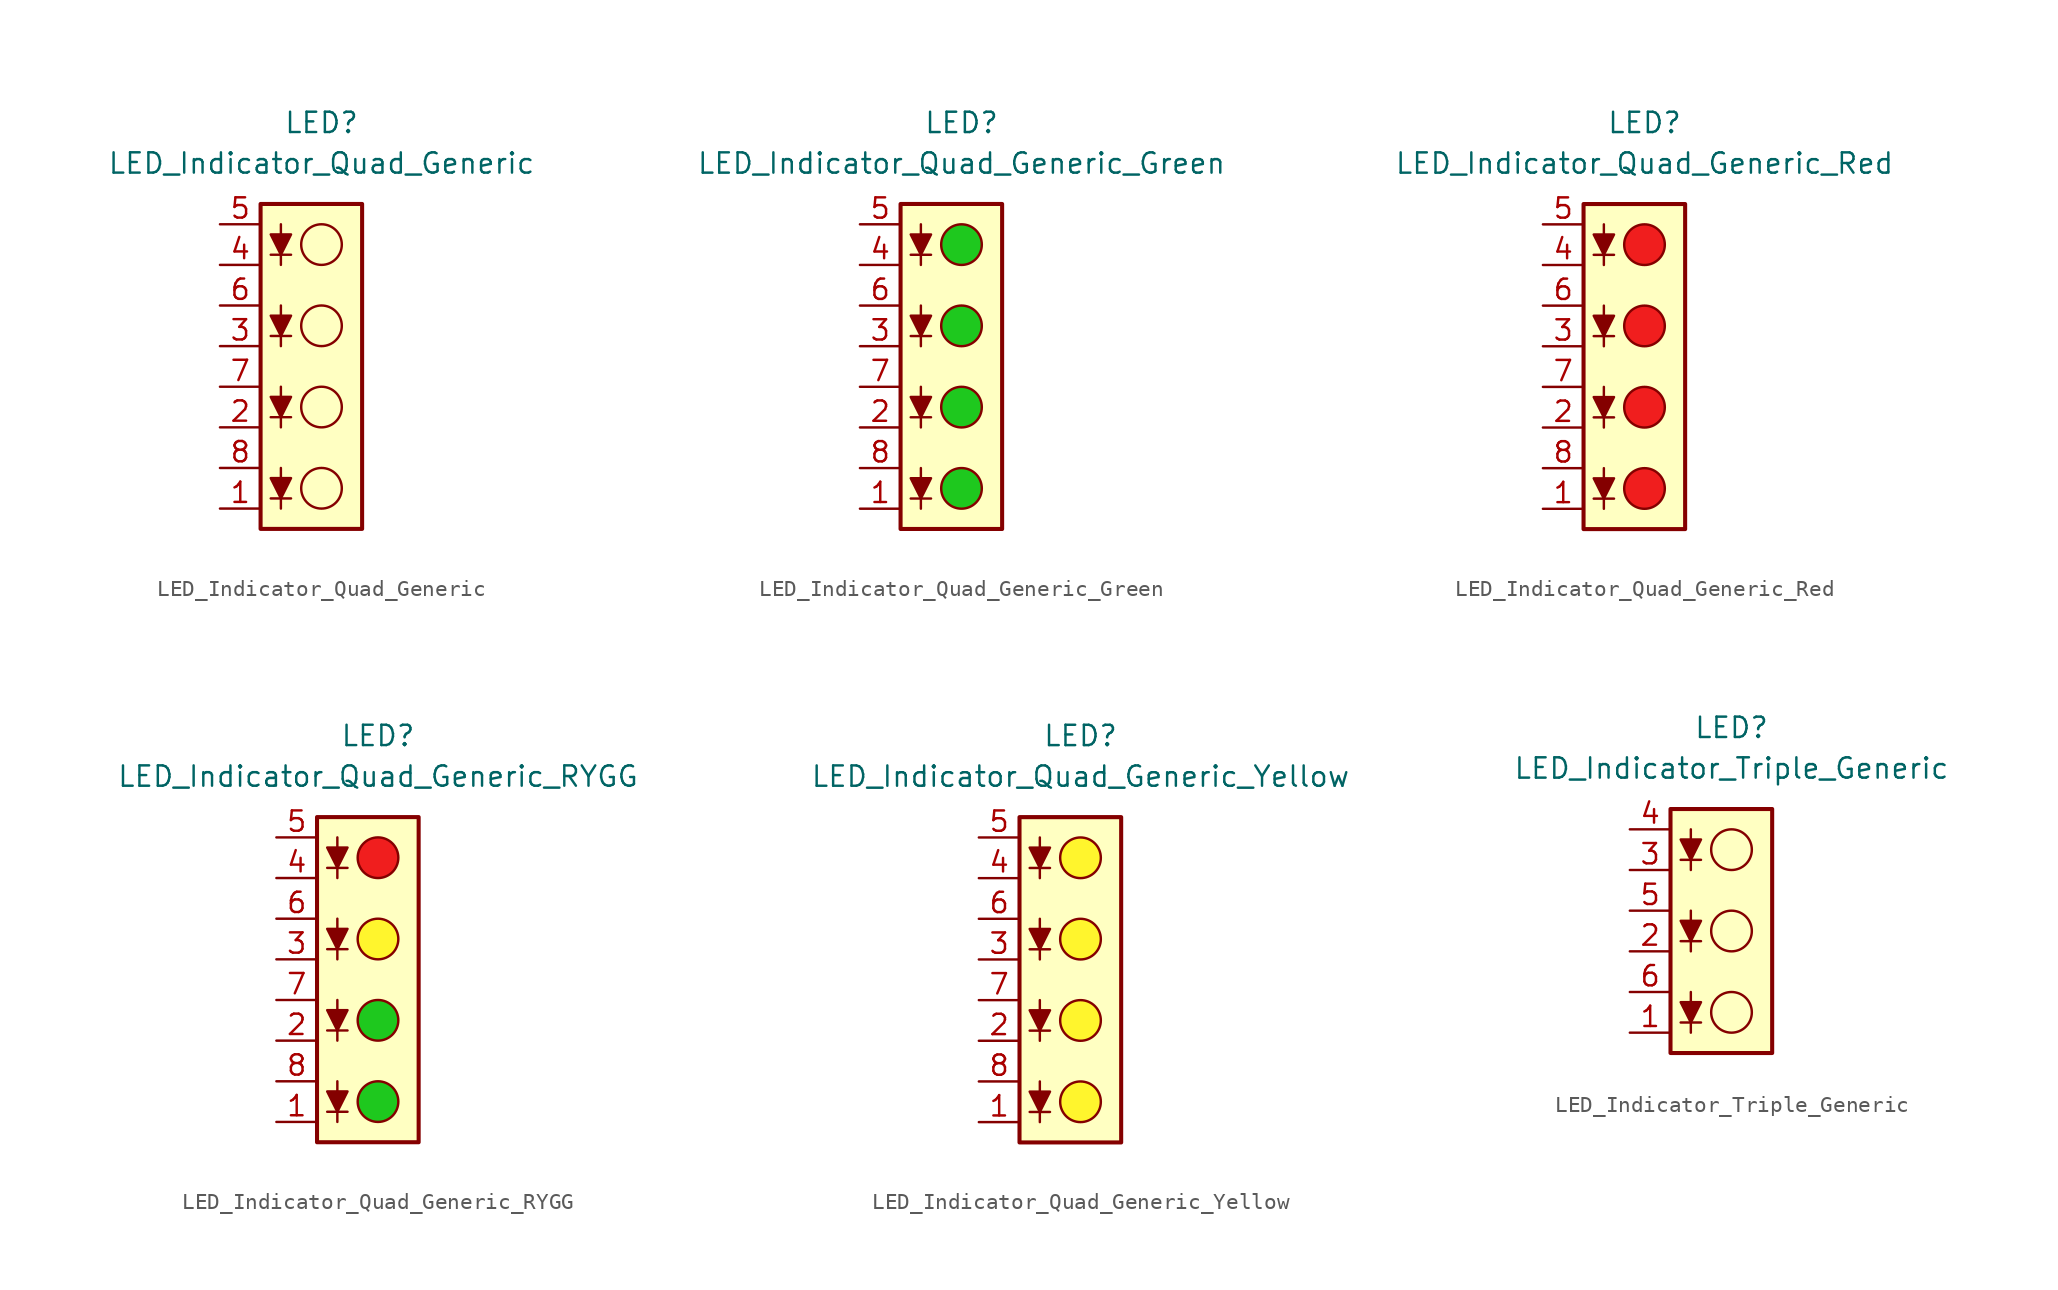
<source format=kicad_sym>
(kicad_symbol_lib
  (version 20231120)
  (generator "kicad_symbol_editor")
  (generator_version "8.0")
  (symbol "LED_Indicator_Quad_Generic"
    (pin_names
      (offset 1.016) hide)
    (property "Reference" "LED"
      (at 0 15.24 0)
      (effects (font (size 1.27 1.27))))
    (property "Value" "LED_Indicator_Quad_Generic"
      (at 0 12.7 0)
      (effects (font (size 1.27 1.27))))
    (symbol "LED_Indicator_Quad_Generic_0_1"
      (rectangle (start -3.81 10.16) (end 2.54 -10.16) (stroke (width 0.254) (type default)) (fill (type background)))
      (circle (center 0 -7.62) (radius 1.27) (stroke (width 0) (type default)) (fill (type none)))
      (circle (center 0 -2.54) (radius 1.27) (stroke (width 0) (type default)) (fill (type none)))
      (polyline (pts (xy -3.175 -8.255) (xy -1.905 -8.255)) (stroke (width 0) (type default)) (fill (type none)))
      (polyline (pts (xy -3.175 -3.175) (xy -1.905 -3.175)) (stroke (width 0) (type default)) (fill (type none)))
      (polyline (pts (xy -3.175 1.905) (xy -1.905 1.905)) (stroke (width 0) (type default)) (fill (type none)))
      (polyline (pts (xy -3.175 6.985) (xy -1.905 6.985)) (stroke (width 0) (type default)) (fill (type none)))
      (polyline (pts (xy -2.54 -6.35) (xy -2.54 -8.89)) (stroke (width 0) (type default)) (fill (type none)))
      (polyline (pts (xy -2.54 -1.27) (xy -2.54 -3.81)) (stroke (width 0) (type default)) (fill (type none)))
      (polyline (pts (xy -2.54 3.81) (xy -2.54 1.27)) (stroke (width 0) (type default)) (fill (type none)))
      (polyline (pts (xy -2.54 8.89) (xy -2.54 6.35)) (stroke (width 0) (type default)) (fill (type none)))
      (polyline (pts (xy -2.54 -8.255) (xy -3.175 -6.985) (xy -1.905 -6.985) (xy -2.54 -8.255)) (stroke (width 0) (type default)) (fill (type outline)))
      (polyline (pts (xy -2.54 -3.175) (xy -3.175 -1.905) (xy -1.905 -1.905) (xy -2.54 -3.175)) (stroke (width 0) (type default)) (fill (type outline)))
      (polyline (pts (xy -2.54 1.905) (xy -3.175 3.175) (xy -1.905 3.175) (xy -2.54 1.905)) (stroke (width 0) (type default)) (fill (type outline)))
      (polyline (pts (xy -2.54 6.985) (xy -3.175 8.255) (xy -1.905 8.255) (xy -2.54 6.985)) (stroke (width 0) (type default)) (fill (type outline)))
      (circle (center 0 2.54) (radius 1.27) (stroke (width 0) (type default)) (fill (type none)))
      (circle (center 0 7.62) (radius 1.27) (stroke (width 0) (type default)) (fill (type none))))
    (symbol "LED_Indicator_Quad_Generic_1_1"
      (pin passive line (at -6.35 -8.89 0) (length 2.54) (name "K1" (effects (font (size 1.27 1.27)))) (number "1" (effects (font (size 1.27 1.27)))))
      (pin passive line (at -6.35 -3.81 0) (length 2.54) (name "K2" (effects (font (size 1.27 1.27)))) (number "2" (effects (font (size 1.27 1.27)))))
      (pin passive line (at -6.35 1.27 0) (length 2.54) (name "K3" (effects (font (size 1.27 1.27)))) (number "3" (effects (font (size 1.27 1.27)))))
      (pin passive line (at -6.35 6.35 0) (length 2.54) (name "K4" (effects (font (size 1.27 1.27)))) (number "4" (effects (font (size 1.27 1.27)))))
      (pin passive line (at -6.35 8.89 0) (length 2.54) (name "A4" (effects (font (size 1.27 1.27)))) (number "5" (effects (font (size 1.27 1.27)))))
      (pin passive line (at -6.35 3.81 0) (length 2.54) (name "A3" (effects (font (size 1.27 1.27)))) (number "6" (effects (font (size 1.27 1.27)))))
      (pin passive line (at -6.35 -1.27 0) (length 2.54) (name "A2" (effects (font (size 1.27 1.27)))) (number "7" (effects (font (size 1.27 1.27)))))
      (pin passive line (at -6.35 -6.35 0) (length 2.54) (name "A1" (effects (font (size 1.27 1.27)))) (number "8" (effects (font (size 1.27 1.27)))))))
  (symbol "LED_Indicator_Quad_Generic_Green"
    (pin_names
      (offset 1.016) hide)
    (property "Reference" "LED"
      (at 0 15.24 0)
      (effects (font (size 1.27 1.27))))
    (property "Value" "LED_Indicator_Quad_Generic_Green"
      (at 0 12.7 0)
      (effects (font (size 1.27 1.27))))
    (symbol "LED_Indicator_Quad_Generic_Green_0_1"
      (rectangle (start -3.81 10.16) (end 2.54 -10.16) (stroke (width 0.254) (type default)) (fill (type background)))
      (circle (center 0 -7.62) (radius 1.27) (stroke (width 0) (type default)) (fill (type color) (color 30 200 30 1)))
      (circle (center 0 -2.54) (radius 1.27) (stroke (width 0) (type default)) (fill (type color) (color 30 200 30 1)))
      (polyline (pts (xy -3.175 -8.255) (xy -1.905 -8.255)) (stroke (width 0) (type default)) (fill (type none)))
      (polyline (pts (xy -3.175 -3.175) (xy -1.905 -3.175)) (stroke (width 0) (type default)) (fill (type none)))
      (polyline (pts (xy -3.175 1.905) (xy -1.905 1.905)) (stroke (width 0) (type default)) (fill (type none)))
      (polyline (pts (xy -3.175 6.985) (xy -1.905 6.985)) (stroke (width 0) (type default)) (fill (type none)))
      (polyline (pts (xy -2.54 -6.35) (xy -2.54 -8.89)) (stroke (width 0) (type default)) (fill (type none)))
      (polyline (pts (xy -2.54 -1.27) (xy -2.54 -3.81)) (stroke (width 0) (type default)) (fill (type none)))
      (polyline (pts (xy -2.54 3.81) (xy -2.54 1.27)) (stroke (width 0) (type default)) (fill (type none)))
      (polyline (pts (xy -2.54 8.89) (xy -2.54 6.35)) (stroke (width 0) (type default)) (fill (type none)))
      (polyline (pts (xy -2.54 -8.255) (xy -3.175 -6.985) (xy -1.905 -6.985) (xy -2.54 -8.255)) (stroke (width 0) (type default)) (fill (type outline)))
      (polyline (pts (xy -2.54 -3.175) (xy -3.175 -1.905) (xy -1.905 -1.905) (xy -2.54 -3.175)) (stroke (width 0) (type default)) (fill (type outline)))
      (polyline (pts (xy -2.54 1.905) (xy -3.175 3.175) (xy -1.905 3.175) (xy -2.54 1.905)) (stroke (width 0) (type default)) (fill (type outline)))
      (polyline (pts (xy -2.54 6.985) (xy -3.175 8.255) (xy -1.905 8.255) (xy -2.54 6.985)) (stroke (width 0) (type default)) (fill (type outline)))
      (circle (center 0 2.54) (radius 1.27) (stroke (width 0) (type default)) (fill (type color) (color 30 200 30 1)))
      (circle (center 0 7.62) (radius 1.27) (stroke (width 0) (type default)) (fill (type color) (color 30 200 30 1))))
    (symbol "LED_Indicator_Quad_Generic_Green_1_1"
      (pin passive line (at -6.35 -8.89 0) (length 2.54) (name "K1" (effects (font (size 1.27 1.27)))) (number "1" (effects (font (size 1.27 1.27)))))
      (pin passive line (at -6.35 -3.81 0) (length 2.54) (name "K2" (effects (font (size 1.27 1.27)))) (number "2" (effects (font (size 1.27 1.27)))))
      (pin passive line (at -6.35 1.27 0) (length 2.54) (name "K3" (effects (font (size 1.27 1.27)))) (number "3" (effects (font (size 1.27 1.27)))))
      (pin passive line (at -6.35 6.35 0) (length 2.54) (name "K4" (effects (font (size 1.27 1.27)))) (number "4" (effects (font (size 1.27 1.27)))))
      (pin passive line (at -6.35 8.89 0) (length 2.54) (name "A4" (effects (font (size 1.27 1.27)))) (number "5" (effects (font (size 1.27 1.27)))))
      (pin passive line (at -6.35 3.81 0) (length 2.54) (name "A3" (effects (font (size 1.27 1.27)))) (number "6" (effects (font (size 1.27 1.27)))))
      (pin passive line (at -6.35 -1.27 0) (length 2.54) (name "A2" (effects (font (size 1.27 1.27)))) (number "7" (effects (font (size 1.27 1.27)))))
      (pin passive line (at -6.35 -6.35 0) (length 2.54) (name "A1" (effects (font (size 1.27 1.27)))) (number "8" (effects (font (size 1.27 1.27)))))))
  (symbol "LED_Indicator_Quad_Generic_Red"
    (pin_names
      (offset 1.016) hide)
    (property "Reference" "LED"
      (at 0 15.24 0)
      (effects (font (size 1.27 1.27))))
    (property "Value" "LED_Indicator_Quad_Generic_Red"
      (at 0 12.7 0)
      (effects (font (size 1.27 1.27))))
    (symbol "LED_Indicator_Quad_Generic_Red_0_1"
      (rectangle (start -3.81 10.16) (end 2.54 -10.16) (stroke (width 0.254) (type default)) (fill (type background)))
      (circle (center 0 -7.62) (radius 1.27) (stroke (width 0) (type default)) (fill (type color) (color 240 30 30 1)))
      (circle (center 0 -2.54) (radius 1.27) (stroke (width 0) (type default)) (fill (type color) (color 240 30 30 1)))
      (polyline (pts (xy -3.175 -8.255) (xy -1.905 -8.255)) (stroke (width 0) (type default)) (fill (type none)))
      (polyline (pts (xy -3.175 -3.175) (xy -1.905 -3.175)) (stroke (width 0) (type default)) (fill (type none)))
      (polyline (pts (xy -3.175 1.905) (xy -1.905 1.905)) (stroke (width 0) (type default)) (fill (type none)))
      (polyline (pts (xy -3.175 6.985) (xy -1.905 6.985)) (stroke (width 0) (type default)) (fill (type none)))
      (polyline (pts (xy -2.54 -6.35) (xy -2.54 -8.89)) (stroke (width 0) (type default)) (fill (type none)))
      (polyline (pts (xy -2.54 -1.27) (xy -2.54 -3.81)) (stroke (width 0) (type default)) (fill (type none)))
      (polyline (pts (xy -2.54 3.81) (xy -2.54 1.27)) (stroke (width 0) (type default)) (fill (type none)))
      (polyline (pts (xy -2.54 8.89) (xy -2.54 6.35)) (stroke (width 0) (type default)) (fill (type none)))
      (polyline (pts (xy -2.54 -8.255) (xy -3.175 -6.985) (xy -1.905 -6.985) (xy -2.54 -8.255)) (stroke (width 0) (type default)) (fill (type outline)))
      (polyline (pts (xy -2.54 -3.175) (xy -3.175 -1.905) (xy -1.905 -1.905) (xy -2.54 -3.175)) (stroke (width 0) (type default)) (fill (type outline)))
      (polyline (pts (xy -2.54 1.905) (xy -3.175 3.175) (xy -1.905 3.175) (xy -2.54 1.905)) (stroke (width 0) (type default)) (fill (type outline)))
      (polyline (pts (xy -2.54 6.985) (xy -3.175 8.255) (xy -1.905 8.255) (xy -2.54 6.985)) (stroke (width 0) (type default)) (fill (type outline)))
      (circle (center 0 2.54) (radius 1.27) (stroke (width 0) (type default)) (fill (type color) (color 240 30 30 1)))
      (circle (center 0 7.62) (radius 1.27) (stroke (width 0) (type default)) (fill (type color) (color 240 30 30 1))))
    (symbol "LED_Indicator_Quad_Generic_Red_1_1"
      (pin passive line (at -6.35 -8.89 0) (length 2.54) (name "K1" (effects (font (size 1.27 1.27)))) (number "1" (effects (font (size 1.27 1.27)))))
      (pin passive line (at -6.35 -3.81 0) (length 2.54) (name "K2" (effects (font (size 1.27 1.27)))) (number "2" (effects (font (size 1.27 1.27)))))
      (pin passive line (at -6.35 1.27 0) (length 2.54) (name "K3" (effects (font (size 1.27 1.27)))) (number "3" (effects (font (size 1.27 1.27)))))
      (pin passive line (at -6.35 6.35 0) (length 2.54) (name "K4" (effects (font (size 1.27 1.27)))) (number "4" (effects (font (size 1.27 1.27)))))
      (pin passive line (at -6.35 8.89 0) (length 2.54) (name "A4" (effects (font (size 1.27 1.27)))) (number "5" (effects (font (size 1.27 1.27)))))
      (pin passive line (at -6.35 3.81 0) (length 2.54) (name "A3" (effects (font (size 1.27 1.27)))) (number "6" (effects (font (size 1.27 1.27)))))
      (pin passive line (at -6.35 -1.27 0) (length 2.54) (name "A2" (effects (font (size 1.27 1.27)))) (number "7" (effects (font (size 1.27 1.27)))))
      (pin passive line (at -6.35 -6.35 0) (length 2.54) (name "A1" (effects (font (size 1.27 1.27)))) (number "8" (effects (font (size 1.27 1.27)))))))
  (symbol "LED_Indicator_Quad_Generic_RYGG"
    (pin_names
      (offset 1.016) hide)
    (property "Reference" "LED"
      (at 0 15.24 0)
      (effects (font (size 1.27 1.27))))
    (property "Value" "LED_Indicator_Quad_Generic_RYGG"
      (at 0 12.7 0)
      (effects (font (size 1.27 1.27))))
    (symbol "LED_Indicator_Quad_Generic_RYGG_0_1"
      (rectangle (start -3.81 10.16) (end 2.54 -10.16) (stroke (width 0.254) (type default)) (fill (type background)))
      (circle (center 0 -7.62) (radius 1.27) (stroke (width 0) (type default)) (fill (type color) (color 30 200 30 1)))
      (circle (center 0 -2.54) (radius 1.27) (stroke (width 0) (type default)) (fill (type color) (color 30 200 30 1)))
      (polyline (pts (xy -3.175 -8.255) (xy -1.905 -8.255)) (stroke (width 0) (type default)) (fill (type none)))
      (polyline (pts (xy -3.175 -3.175) (xy -1.905 -3.175)) (stroke (width 0) (type default)) (fill (type none)))
      (polyline (pts (xy -3.175 1.905) (xy -1.905 1.905)) (stroke (width 0) (type default)) (fill (type none)))
      (polyline (pts (xy -3.175 6.985) (xy -1.905 6.985)) (stroke (width 0) (type default)) (fill (type none)))
      (polyline (pts (xy -2.54 -6.35) (xy -2.54 -8.89)) (stroke (width 0) (type default)) (fill (type none)))
      (polyline (pts (xy -2.54 -1.27) (xy -2.54 -3.81)) (stroke (width 0) (type default)) (fill (type none)))
      (polyline (pts (xy -2.54 3.81) (xy -2.54 1.27)) (stroke (width 0) (type default)) (fill (type none)))
      (polyline (pts (xy -2.54 8.89) (xy -2.54 6.35)) (stroke (width 0) (type default)) (fill (type none)))
      (polyline (pts (xy -2.54 -8.255) (xy -3.175 -6.985) (xy -1.905 -6.985) (xy -2.54 -8.255)) (stroke (width 0) (type default)) (fill (type outline)))
      (polyline (pts (xy -2.54 -3.175) (xy -3.175 -1.905) (xy -1.905 -1.905) (xy -2.54 -3.175)) (stroke (width 0) (type default)) (fill (type outline)))
      (polyline (pts (xy -2.54 1.905) (xy -3.175 3.175) (xy -1.905 3.175) (xy -2.54 1.905)) (stroke (width 0) (type default)) (fill (type outline)))
      (polyline (pts (xy -2.54 6.985) (xy -3.175 8.255) (xy -1.905 8.255) (xy -2.54 6.985)) (stroke (width 0) (type default)) (fill (type outline)))
      (circle (center 0 2.54) (radius 1.27) (stroke (width 0) (type default)) (fill (type color) (color 255 245 45 1)))
      (circle (center 0 7.62) (radius 1.27) (stroke (width 0) (type default)) (fill (type color) (color 240 30 30 1))))
    (symbol "LED_Indicator_Quad_Generic_RYGG_1_1"
      (pin passive line (at -6.35 -8.89 0) (length 2.54) (name "K1" (effects (font (size 1.27 1.27)))) (number "1" (effects (font (size 1.27 1.27)))))
      (pin passive line (at -6.35 -3.81 0) (length 2.54) (name "K2" (effects (font (size 1.27 1.27)))) (number "2" (effects (font (size 1.27 1.27)))))
      (pin passive line (at -6.35 1.27 0) (length 2.54) (name "K3" (effects (font (size 1.27 1.27)))) (number "3" (effects (font (size 1.27 1.27)))))
      (pin passive line (at -6.35 6.35 0) (length 2.54) (name "K4" (effects (font (size 1.27 1.27)))) (number "4" (effects (font (size 1.27 1.27)))))
      (pin passive line (at -6.35 8.89 0) (length 2.54) (name "A4" (effects (font (size 1.27 1.27)))) (number "5" (effects (font (size 1.27 1.27)))))
      (pin passive line (at -6.35 3.81 0) (length 2.54) (name "A3" (effects (font (size 1.27 1.27)))) (number "6" (effects (font (size 1.27 1.27)))))
      (pin passive line (at -6.35 -1.27 0) (length 2.54) (name "A2" (effects (font (size 1.27 1.27)))) (number "7" (effects (font (size 1.27 1.27)))))
      (pin passive line (at -6.35 -6.35 0) (length 2.54) (name "A1" (effects (font (size 1.27 1.27)))) (number "8" (effects (font (size 1.27 1.27)))))))
  (symbol "LED_Indicator_Quad_Generic_Yellow"
    (pin_names
      (offset 1.016) hide)
    (property "Reference" "LED"
      (at 0 15.24 0)
      (effects (font (size 1.27 1.27))))
    (property "Value" "LED_Indicator_Quad_Generic_Yellow"
      (at 0 12.7 0)
      (effects (font (size 1.27 1.27))))
    (symbol "LED_Indicator_Quad_Generic_Yellow_0_1"
      (rectangle (start -3.81 10.16) (end 2.54 -10.16) (stroke (width 0.254) (type default)) (fill (type background)))
      (circle (center 0 -7.62) (radius 1.27) (stroke (width 0) (type default)) (fill (type color) (color 255 245 45 1)))
      (circle (center 0 -2.54) (radius 1.27) (stroke (width 0) (type default)) (fill (type color) (color 255 245 45 1)))
      (polyline (pts (xy -3.175 -8.255) (xy -1.905 -8.255)) (stroke (width 0) (type default)) (fill (type none)))
      (polyline (pts (xy -3.175 -3.175) (xy -1.905 -3.175)) (stroke (width 0) (type default)) (fill (type none)))
      (polyline (pts (xy -3.175 1.905) (xy -1.905 1.905)) (stroke (width 0) (type default)) (fill (type none)))
      (polyline (pts (xy -3.175 6.985) (xy -1.905 6.985)) (stroke (width 0) (type default)) (fill (type none)))
      (polyline (pts (xy -2.54 -6.35) (xy -2.54 -8.89)) (stroke (width 0) (type default)) (fill (type none)))
      (polyline (pts (xy -2.54 -1.27) (xy -2.54 -3.81)) (stroke (width 0) (type default)) (fill (type none)))
      (polyline (pts (xy -2.54 3.81) (xy -2.54 1.27)) (stroke (width 0) (type default)) (fill (type none)))
      (polyline (pts (xy -2.54 8.89) (xy -2.54 6.35)) (stroke (width 0) (type default)) (fill (type none)))
      (polyline (pts (xy -2.54 -8.255) (xy -3.175 -6.985) (xy -1.905 -6.985) (xy -2.54 -8.255)) (stroke (width 0) (type default)) (fill (type outline)))
      (polyline (pts (xy -2.54 -3.175) (xy -3.175 -1.905) (xy -1.905 -1.905) (xy -2.54 -3.175)) (stroke (width 0) (type default)) (fill (type outline)))
      (polyline (pts (xy -2.54 1.905) (xy -3.175 3.175) (xy -1.905 3.175) (xy -2.54 1.905)) (stroke (width 0) (type default)) (fill (type outline)))
      (polyline (pts (xy -2.54 6.985) (xy -3.175 8.255) (xy -1.905 8.255) (xy -2.54 6.985)) (stroke (width 0) (type default)) (fill (type outline)))
      (circle (center 0 2.54) (radius 1.27) (stroke (width 0) (type default)) (fill (type color) (color 255 245 45 1)))
      (circle (center 0 7.62) (radius 1.27) (stroke (width 0) (type default)) (fill (type color) (color 255 245 45 1))))
    (symbol "LED_Indicator_Quad_Generic_Yellow_1_1"
      (pin passive line (at -6.35 -8.89 0) (length 2.54) (name "K1" (effects (font (size 1.27 1.27)))) (number "1" (effects (font (size 1.27 1.27)))))
      (pin passive line (at -6.35 -3.81 0) (length 2.54) (name "K2" (effects (font (size 1.27 1.27)))) (number "2" (effects (font (size 1.27 1.27)))))
      (pin passive line (at -6.35 1.27 0) (length 2.54) (name "K3" (effects (font (size 1.27 1.27)))) (number "3" (effects (font (size 1.27 1.27)))))
      (pin passive line (at -6.35 6.35 0) (length 2.54) (name "K4" (effects (font (size 1.27 1.27)))) (number "4" (effects (font (size 1.27 1.27)))))
      (pin passive line (at -6.35 8.89 0) (length 2.54) (name "A4" (effects (font (size 1.27 1.27)))) (number "5" (effects (font (size 1.27 1.27)))))
      (pin passive line (at -6.35 3.81 0) (length 2.54) (name "A3" (effects (font (size 1.27 1.27)))) (number "6" (effects (font (size 1.27 1.27)))))
      (pin passive line (at -6.35 -1.27 0) (length 2.54) (name "A2" (effects (font (size 1.27 1.27)))) (number "7" (effects (font (size 1.27 1.27)))))
      (pin passive line (at -6.35 -6.35 0) (length 2.54) (name "A1" (effects (font (size 1.27 1.27)))) (number "8" (effects (font (size 1.27 1.27)))))))
  (symbol "LED_Indicator_Triple_Generic"
    (pin_names
      (offset 1.016) hide)
    (property "Reference" "LED"
      (at 0 12.7 0)
      (effects (font (size 1.27 1.27))))
    (property "Value" "LED_Indicator_Triple_Generic"
      (at 0 10.16 0)
      (effects (font (size 1.27 1.27))))
    (symbol "LED_Indicator_Triple_Generic_0_1"
      (rectangle (start -3.81 7.62) (end 2.54 -7.62) (stroke (width 0.254) (type default)) (fill (type background)))
      (circle (center 0 -5.08) (radius 1.27) (stroke (width 0) (type default)) (fill (type none)))
      (polyline (pts (xy -3.175 -5.715) (xy -1.905 -5.715)) (stroke (width 0) (type default)) (fill (type none)))
      (polyline (pts (xy -3.175 -0.635) (xy -1.905 -0.635)) (stroke (width 0) (type default)) (fill (type none)))
      (polyline (pts (xy -3.175 4.445) (xy -1.905 4.445)) (stroke (width 0) (type default)) (fill (type none)))
      (polyline (pts (xy -2.54 -3.81) (xy -2.54 -6.35)) (stroke (width 0) (type default)) (fill (type none)))
      (polyline (pts (xy -2.54 1.27) (xy -2.54 -1.27)) (stroke (width 0) (type default)) (fill (type none)))
      (polyline (pts (xy -2.54 6.35) (xy -2.54 3.81)) (stroke (width 0) (type default)) (fill (type none)))
      (polyline (pts (xy -2.54 -5.715) (xy -3.175 -4.445) (xy -1.905 -4.445) (xy -2.54 -5.715)) (stroke (width 0) (type default)) (fill (type outline)))
      (polyline (pts (xy -2.54 -0.635) (xy -3.175 0.635) (xy -1.905 0.635) (xy -2.54 -0.635)) (stroke (width 0) (type default)) (fill (type outline)))
      (polyline (pts (xy -2.54 4.445) (xy -3.175 5.715) (xy -1.905 5.715) (xy -2.54 4.445)) (stroke (width 0) (type default)) (fill (type outline)))
      (circle (center 0 0) (radius 1.27) (stroke (width 0) (type default)) (fill (type none)))
      (circle (center 0 5.08) (radius 1.27) (stroke (width 0) (type default)) (fill (type none))))
    (symbol "LED_Indicator_Triple_Generic_1_1"
      (pin passive line (at -6.35 -6.35 0) (length 2.54) (name "K1" (effects (font (size 1.27 1.27)))) (number "1" (effects (font (size 1.27 1.27)))))
      (pin passive line (at -6.35 -1.27 0) (length 2.54) (name "K2" (effects (font (size 1.27 1.27)))) (number "2" (effects (font (size 1.27 1.27)))))
      (pin passive line (at -6.35 3.81 0) (length 2.54) (name "K3" (effects (font (size 1.27 1.27)))) (number "3" (effects (font (size 1.27 1.27)))))
      (pin passive line (at -6.35 6.35 0) (length 2.54) (name "A3" (effects (font (size 1.27 1.27)))) (number "4" (effects (font (size 1.27 1.27)))))
      (pin passive line (at -6.35 1.27 0) (length 2.54) (name "A2" (effects (font (size 1.27 1.27)))) (number "5" (effects (font (size 1.27 1.27)))))
      (pin passive line (at -6.35 -3.81 0) (length 2.54) (name "A1" (effects (font (size 1.27 1.27)))) (number "6" (effects (font (size 1.27 1.27))))))))
</source>
